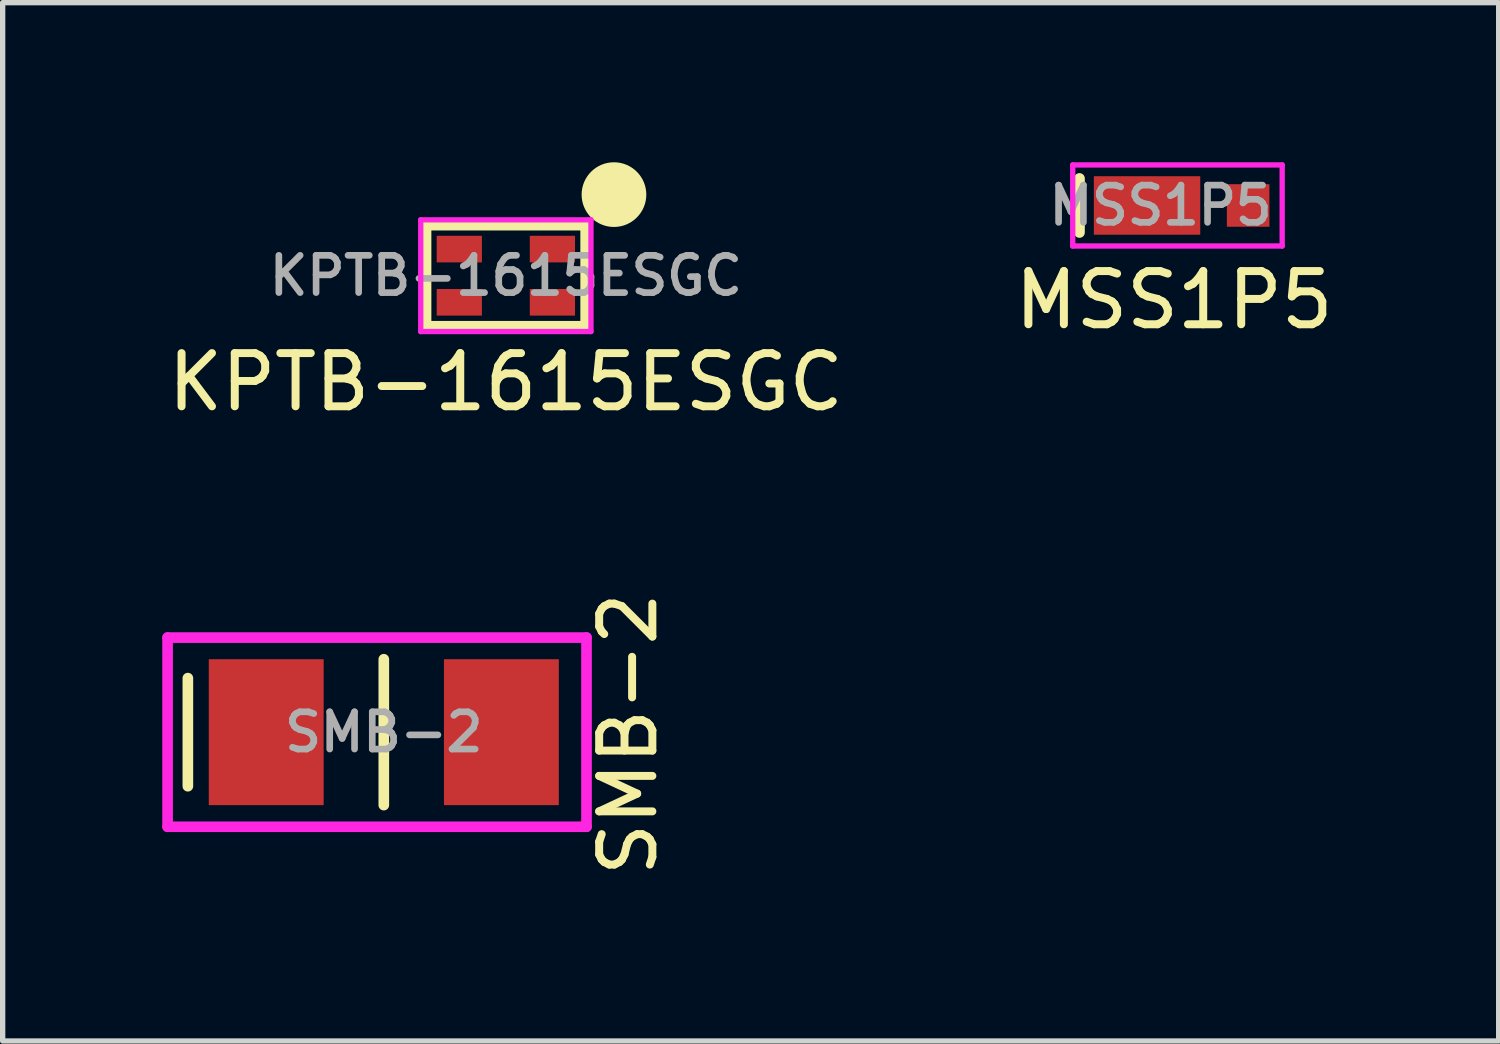
<source format=kicad_pcb>
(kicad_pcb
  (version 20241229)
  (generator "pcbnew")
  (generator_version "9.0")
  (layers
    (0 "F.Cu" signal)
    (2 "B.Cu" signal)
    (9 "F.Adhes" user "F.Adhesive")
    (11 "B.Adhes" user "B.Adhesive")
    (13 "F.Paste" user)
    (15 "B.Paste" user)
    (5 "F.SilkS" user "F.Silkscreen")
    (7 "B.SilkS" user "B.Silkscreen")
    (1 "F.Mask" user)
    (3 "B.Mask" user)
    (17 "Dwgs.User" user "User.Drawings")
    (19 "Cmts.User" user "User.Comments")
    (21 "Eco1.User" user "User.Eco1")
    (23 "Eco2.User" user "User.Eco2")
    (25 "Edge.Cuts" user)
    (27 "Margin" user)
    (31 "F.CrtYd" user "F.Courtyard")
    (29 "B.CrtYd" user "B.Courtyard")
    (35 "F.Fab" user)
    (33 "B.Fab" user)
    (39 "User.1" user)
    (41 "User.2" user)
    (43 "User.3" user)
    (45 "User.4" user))
  (footprint "SMB-2"
    (layer "F.Cu")
    (at 4.164 10.712)
    (property "Reference" "SMB-2" (at 4.593 0.036 90) (layer "F.SilkS") (effects (font (size 1 1) (thickness 0.15))))
    (attr through_hole)
    (fp_line (start -3.683 -1.016) (end -3.683 1.016) (stroke (width 0.2) (type solid)) (layer "F.SilkS"))
    (fp_line (start 0 -1.371) (end 0 1.371) (stroke (width 0.2) (type solid)) (layer "F.SilkS"))
    (fp_line (start -4.064 -1.778) (end 3.81 -1.778) (stroke (width 0.2) (type solid)) (layer "F.CrtYd"))
    (fp_line (start -4.064 1.778) (end -4.064 -1.778) (stroke (width 0.2) (type solid)) (layer "F.CrtYd"))
    (fp_line (start 3.81 -1.778) (end 3.81 1.778) (stroke (width 0.2) (type solid)) (layer "F.CrtYd"))
    (fp_line (start 3.81 1.778) (end -4.064 1.778) (stroke (width 0.2) (type solid)) (layer "F.CrtYd"))
    (fp_text user "${REFERENCE}" (at 0 0 0) (layer "F.Fab") (effects (font (size 0.7 0.7) (thickness 0.125))))
    (pad "1" smd rect (at -2.21 0) (size 2.159 2.743) (layers "F.Cu" "F.Mask" "F.Paste"))
    (pad "2" smd rect (at 2.21 0) (size 2.159 2.743) (layers "F.Cu" "F.Mask" "F.Paste")))
  (footprint "MSS1P5"
    (layer "F.Cu")
    (at 18.51 0.812)
    (property "Reference" "MSS1P5" (at 0.508 1.778 0) (layer "F.SilkS") (effects (font (size 1 1) (thickness 0.15))))
    (attr through_hole)
    (fp_line (start -1.27 -0.508) (end -1.27 0.508) (stroke (width 0.2) (type solid)) (layer "F.SilkS"))
    (fp_line (start -1.397 -0.762) (end 2.54 -0.762) (stroke (width 0.1) (type solid)) (layer "F.CrtYd"))
    (fp_line (start -1.397 0.762) (end -1.397 -0.762) (stroke (width 0.1) (type solid)) (layer "F.CrtYd"))
    (fp_line (start 2.54 -0.762) (end 2.54 0.762) (stroke (width 0.1) (type solid)) (layer "F.CrtYd"))
    (fp_line (start 2.54 0.762) (end -1.397 0.762) (stroke (width 0.1) (type solid)) (layer "F.CrtYd"))
    (fp_text user "${REFERENCE}" (at 0.254 0 0) (layer "F.Fab") (effects (font (size 0.7 0.7) (thickness 0.125))))
    (pad "1" smd rect (at 0 0) (size 2 1.1) (layers "F.Cu" "F.Mask" "F.Paste"))
    (pad "2" smd rect (at 1.9 0) (size 0.8 0.8) (layers "F.Cu" "F.Mask" "F.Paste")))
  (footprint "KPTB-1615ESGC"
    (layer "F.Cu")
    (at 6.458 2.132)
    (property "Reference" "KPTB-1615ESGC" (at 0 2 0) (layer "F.SilkS") (effects (font (size 1 1) (thickness 0.15))))
    (attr through_hole)
    (fp_line (start -1.5 -0.95) (end -1.5 0.95) (stroke (width 0.2) (type solid)) (layer "F.SilkS"))
    (fp_line (start -1.5 0.95) (end 1.5 0.95) (stroke (width 0.2) (type solid)) (layer "F.SilkS"))
    (fp_line (start 1.5 -0.95) (end -1.5 -0.95) (stroke (width 0.2) (type solid)) (layer "F.SilkS"))
    (fp_line (start 1.5 0.95) (end 1.5 -0.95) (stroke (width 0.2) (type solid)) (layer "F.SilkS"))
    (fp_circle (center 2.032 -1.524) (end 2.134 -1.524) (stroke (width 0.2) (type solid)) (fill no) (layer "F.SilkS"))
    (fp_circle (center 2.032 -1.524) (end 2.286 -1.524) (stroke (width 0.2) (type solid)) (fill no) (layer "F.SilkS"))
    (fp_circle (center 2.032 -1.524) (end 2.388 -1.422) (stroke (width 0.2) (type solid)) (fill no) (layer "F.SilkS"))
    (fp_circle (center 2.032 -1.524) (end 2.54 -1.524) (stroke (width 0.2) (type solid)) (fill no) (layer "F.SilkS"))
    (fp_line (start -1.6 -1.05) (end -1.6 1.05) (stroke (width 0.1) (type solid)) (layer "F.CrtYd"))
    (fp_line (start -1.6 1.05) (end 1.6 1.05) (stroke (width 0.1) (type solid)) (layer "F.CrtYd"))
    (fp_line (start 1.6 -1.05) (end -1.6 -1.05) (stroke (width 0.1) (type solid)) (layer "F.CrtYd"))
    (fp_line (start 1.6 1.05) (end 1.6 -1.05) (stroke (width 0.1) (type solid)) (layer "F.CrtYd"))
    (fp_text user "${REFERENCE}" (at 0 0 0) (layer "F.Fab") (effects (font (size 0.7 0.7) (thickness 0.125))))
    (pad "1" smd rect (at 0.875 -0.5) (size 0.85 0.5) (layers "F.Cu" "F.Mask" "F.Paste"))
    (pad "2" smd rect (at -0.875 -0.5) (size 0.85 0.5) (layers "F.Cu" "F.Mask" "F.Paste"))
    (pad "3" smd rect (at 0.875 0.5) (size 0.85 0.5) (layers "F.Cu" "F.Mask" "F.Paste"))
    (pad "4" smd rect (at -0.875 0.5) (size 0.85 0.5) (layers "F.Cu" "F.Mask" "F.Paste")))
  (gr_rect
    (start -3 -3)
    (end 25.119 16.516)
    (stroke (width 0.1) (type default))
    (fill no)
    (layer "Edge.Cuts")))
</source>
